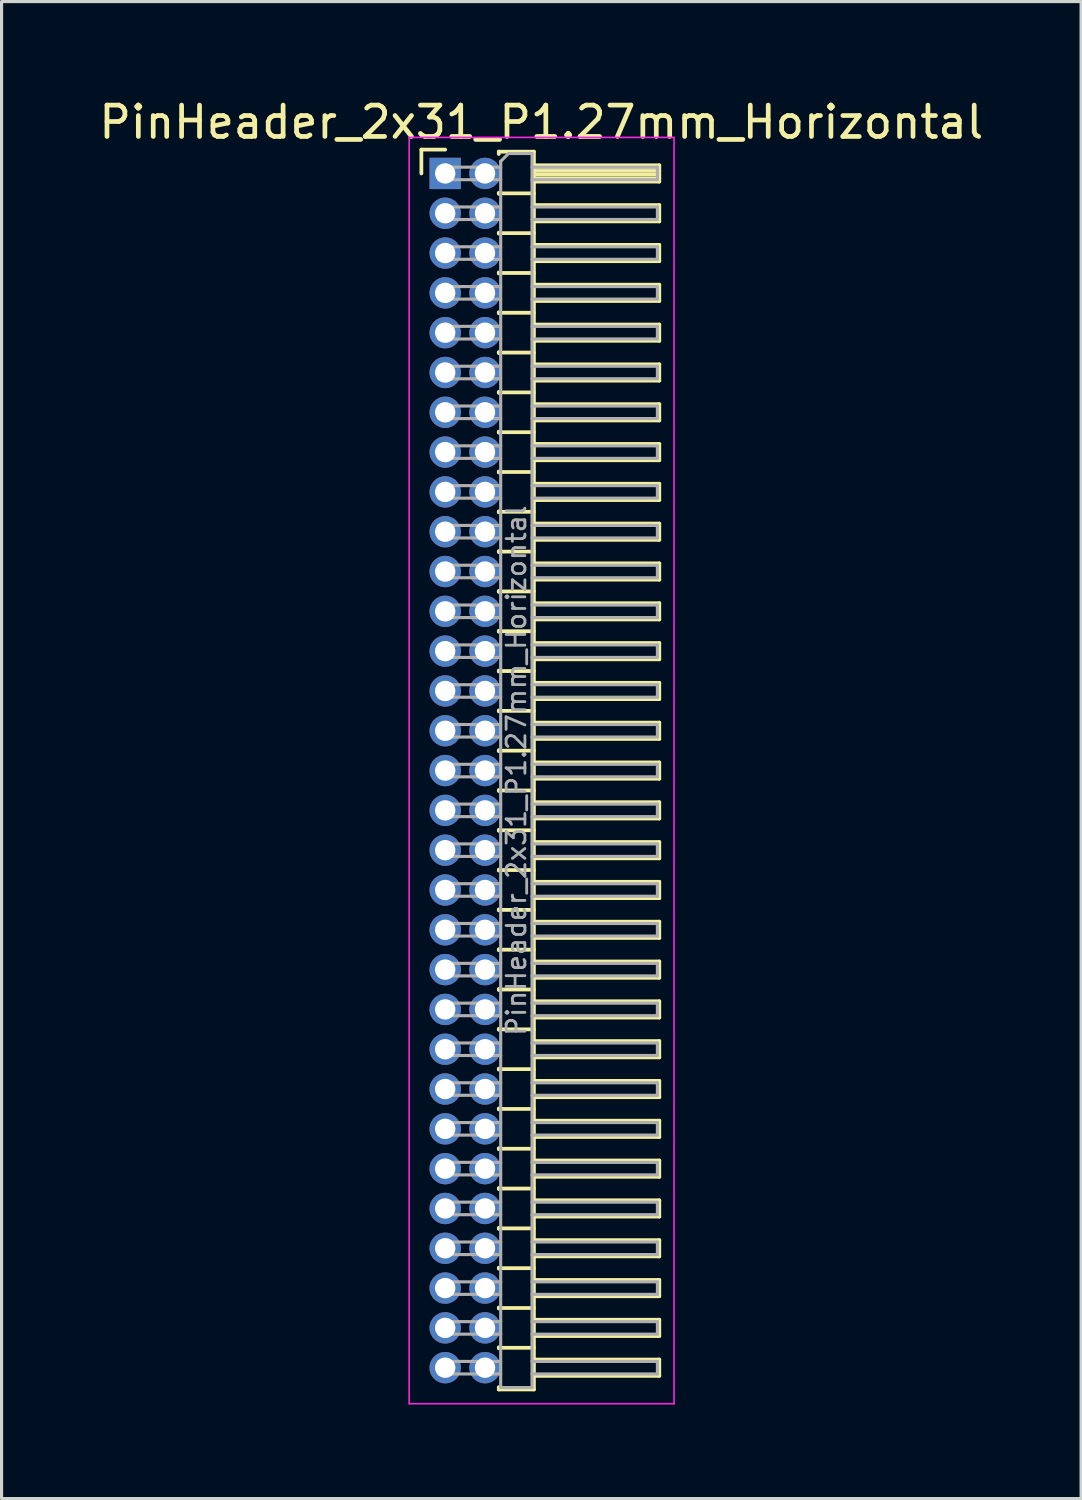
<source format=kicad_pcb>
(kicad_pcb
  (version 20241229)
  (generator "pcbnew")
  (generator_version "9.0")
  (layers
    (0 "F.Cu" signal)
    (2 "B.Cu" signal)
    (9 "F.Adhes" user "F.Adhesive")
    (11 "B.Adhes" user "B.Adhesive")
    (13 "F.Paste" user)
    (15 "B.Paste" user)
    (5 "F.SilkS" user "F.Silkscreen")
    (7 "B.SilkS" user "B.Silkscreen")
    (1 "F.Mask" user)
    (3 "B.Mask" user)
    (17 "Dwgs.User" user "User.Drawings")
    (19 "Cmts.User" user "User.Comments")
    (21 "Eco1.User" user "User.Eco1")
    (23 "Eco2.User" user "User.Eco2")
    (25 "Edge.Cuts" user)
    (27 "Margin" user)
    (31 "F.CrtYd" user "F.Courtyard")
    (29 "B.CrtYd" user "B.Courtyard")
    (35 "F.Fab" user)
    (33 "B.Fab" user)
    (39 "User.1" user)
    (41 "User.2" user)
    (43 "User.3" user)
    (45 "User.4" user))
  (footprint "PinHeader_2x31_P1.27mm_Horizontal"
    (layer "F.Cu")
    (at 11.153 2.483)
    (property "Reference" "PinHeader_2x31_P1.27mm_Horizontal" (at 3.067 -1.635 0) (layer "F.SilkS") (effects (font (size 1 1) (thickness 0.15))))
    (attr through_hole)
    (fp_line (start -0.76 -0.76) (end 0 -0.76) (stroke (width 0.12) (type solid)) (layer "F.SilkS"))
    (fp_line (start -0.76 0) (end -0.76 -0.76) (stroke (width 0.12) (type solid)) (layer "F.SilkS"))
    (fp_line (start 1.71 -0.695) (end 2.83 -0.695) (stroke (width 0.12) (type solid)) (layer "F.SilkS"))
    (fp_line (start 1.71 -0.62) (end 1.71 -0.695) (stroke (width 0.12) (type solid)) (layer "F.SilkS"))
    (fp_line (start 1.71 0.62) (end 1.71 0.65) (stroke (width 0.12) (type solid)) (layer "F.SilkS"))
    (fp_line (start 1.71 0.635) (end 2.83 0.635) (stroke (width 0.12) (type solid)) (layer "F.SilkS"))
    (fp_line (start 1.71 1.89) (end 1.71 1.92) (stroke (width 0.12) (type solid)) (layer "F.SilkS"))
    (fp_line (start 1.71 1.905) (end 2.83 1.905) (stroke (width 0.12) (type solid)) (layer "F.SilkS"))
    (fp_line (start 1.71 3.16) (end 1.71 3.19) (stroke (width 0.12) (type solid)) (layer "F.SilkS"))
    (fp_line (start 1.71 3.175) (end 2.83 3.175) (stroke (width 0.12) (type solid)) (layer "F.SilkS"))
    (fp_line (start 1.71 4.43) (end 1.71 4.46) (stroke (width 0.12) (type solid)) (layer "F.SilkS"))
    (fp_line (start 1.71 4.445) (end 2.83 4.445) (stroke (width 0.12) (type solid)) (layer "F.SilkS"))
    (fp_line (start 1.71 5.7) (end 1.71 5.73) (stroke (width 0.12) (type solid)) (layer "F.SilkS"))
    (fp_line (start 1.71 5.715) (end 2.83 5.715) (stroke (width 0.12) (type solid)) (layer "F.SilkS"))
    (fp_line (start 1.71 6.97) (end 1.71 7) (stroke (width 0.12) (type solid)) (layer "F.SilkS"))
    (fp_line (start 1.71 6.985) (end 2.83 6.985) (stroke (width 0.12) (type solid)) (layer "F.SilkS"))
    (fp_line (start 1.71 8.24) (end 1.71 8.27) (stroke (width 0.12) (type solid)) (layer "F.SilkS"))
    (fp_line (start 1.71 8.255) (end 2.83 8.255) (stroke (width 0.12) (type solid)) (layer "F.SilkS"))
    (fp_line (start 1.71 9.51) (end 1.71 9.54) (stroke (width 0.12) (type solid)) (layer "F.SilkS"))
    (fp_line (start 1.71 9.525) (end 2.83 9.525) (stroke (width 0.12) (type solid)) (layer "F.SilkS"))
    (fp_line (start 1.71 10.78) (end 1.71 10.81) (stroke (width 0.12) (type solid)) (layer "F.SilkS"))
    (fp_line (start 1.71 10.795) (end 2.83 10.795) (stroke (width 0.12) (type solid)) (layer "F.SilkS"))
    (fp_line (start 1.71 12.05) (end 1.71 12.08) (stroke (width 0.12) (type solid)) (layer "F.SilkS"))
    (fp_line (start 1.71 12.065) (end 2.83 12.065) (stroke (width 0.12) (type solid)) (layer "F.SilkS"))
    (fp_line (start 1.71 13.32) (end 1.71 13.35) (stroke (width 0.12) (type solid)) (layer "F.SilkS"))
    (fp_line (start 1.71 13.335) (end 2.83 13.335) (stroke (width 0.12) (type solid)) (layer "F.SilkS"))
    (fp_line (start 1.71 14.59) (end 1.71 14.62) (stroke (width 0.12) (type solid)) (layer "F.SilkS"))
    (fp_line (start 1.71 14.605) (end 2.83 14.605) (stroke (width 0.12) (type solid)) (layer "F.SilkS"))
    (fp_line (start 1.71 15.86) (end 1.71 15.89) (stroke (width 0.12) (type solid)) (layer "F.SilkS"))
    (fp_line (start 1.71 15.875) (end 2.83 15.875) (stroke (width 0.12) (type solid)) (layer "F.SilkS"))
    (fp_line (start 1.71 17.13) (end 1.71 17.16) (stroke (width 0.12) (type solid)) (layer "F.SilkS"))
    (fp_line (start 1.71 17.145) (end 2.83 17.145) (stroke (width 0.12) (type solid)) (layer "F.SilkS"))
    (fp_line (start 1.71 18.4) (end 1.71 18.43) (stroke (width 0.12) (type solid)) (layer "F.SilkS"))
    (fp_line (start 1.71 18.415) (end 2.83 18.415) (stroke (width 0.12) (type solid)) (layer "F.SilkS"))
    (fp_line (start 1.71 19.67) (end 1.71 19.7) (stroke (width 0.12) (type solid)) (layer "F.SilkS"))
    (fp_line (start 1.71 19.685) (end 2.83 19.685) (stroke (width 0.12) (type solid)) (layer "F.SilkS"))
    (fp_line (start 1.71 20.94) (end 1.71 20.97) (stroke (width 0.12) (type solid)) (layer "F.SilkS"))
    (fp_line (start 1.71 20.955) (end 2.83 20.955) (stroke (width 0.12) (type solid)) (layer "F.SilkS"))
    (fp_line (start 1.71 22.21) (end 1.71 22.24) (stroke (width 0.12) (type solid)) (layer "F.SilkS"))
    (fp_line (start 1.71 22.225) (end 2.83 22.225) (stroke (width 0.12) (type solid)) (layer "F.SilkS"))
    (fp_line (start 1.71 23.48) (end 1.71 23.51) (stroke (width 0.12) (type solid)) (layer "F.SilkS"))
    (fp_line (start 1.71 23.495) (end 2.83 23.495) (stroke (width 0.12) (type solid)) (layer "F.SilkS"))
    (fp_line (start 1.71 24.75) (end 1.71 24.78) (stroke (width 0.12) (type solid)) (layer "F.SilkS"))
    (fp_line (start 1.71 24.765) (end 2.83 24.765) (stroke (width 0.12) (type solid)) (layer "F.SilkS"))
    (fp_line (start 1.71 26.02) (end 1.71 26.05) (stroke (width 0.12) (type solid)) (layer "F.SilkS"))
    (fp_line (start 1.71 26.035) (end 2.83 26.035) (stroke (width 0.12) (type solid)) (layer "F.SilkS"))
    (fp_line (start 1.71 27.29) (end 1.71 27.32) (stroke (width 0.12) (type solid)) (layer "F.SilkS"))
    (fp_line (start 1.71 27.305) (end 2.83 27.305) (stroke (width 0.12) (type solid)) (layer "F.SilkS"))
    (fp_line (start 1.71 28.56) (end 1.71 28.59) (stroke (width 0.12) (type solid)) (layer "F.SilkS"))
    (fp_line (start 1.71 28.575) (end 2.83 28.575) (stroke (width 0.12) (type solid)) (layer "F.SilkS"))
    (fp_line (start 1.71 29.83) (end 1.71 29.86) (stroke (width 0.12) (type solid)) (layer "F.SilkS"))
    (fp_line (start 1.71 29.845) (end 2.83 29.845) (stroke (width 0.12) (type solid)) (layer "F.SilkS"))
    (fp_line (start 1.71 31.1) (end 1.71 31.13) (stroke (width 0.12) (type solid)) (layer "F.SilkS"))
    (fp_line (start 1.71 31.115) (end 2.83 31.115) (stroke (width 0.12) (type solid)) (layer "F.SilkS"))
    (fp_line (start 1.71 32.37) (end 1.71 32.4) (stroke (width 0.12) (type solid)) (layer "F.SilkS"))
    (fp_line (start 1.71 32.385) (end 2.83 32.385) (stroke (width 0.12) (type solid)) (layer "F.SilkS"))
    (fp_line (start 1.71 33.64) (end 1.71 33.67) (stroke (width 0.12) (type solid)) (layer "F.SilkS"))
    (fp_line (start 1.71 33.655) (end 2.83 33.655) (stroke (width 0.12) (type solid)) (layer "F.SilkS"))
    (fp_line (start 1.71 34.91) (end 1.71 34.94) (stroke (width 0.12) (type solid)) (layer "F.SilkS"))
    (fp_line (start 1.71 34.925) (end 2.83 34.925) (stroke (width 0.12) (type solid)) (layer "F.SilkS"))
    (fp_line (start 1.71 36.18) (end 1.71 36.21) (stroke (width 0.12) (type solid)) (layer "F.SilkS"))
    (fp_line (start 1.71 36.195) (end 2.83 36.195) (stroke (width 0.12) (type solid)) (layer "F.SilkS"))
    (fp_line (start 1.71 37.45) (end 1.71 37.48) (stroke (width 0.12) (type solid)) (layer "F.SilkS"))
    (fp_line (start 1.71 37.465) (end 2.83 37.465) (stroke (width 0.12) (type solid)) (layer "F.SilkS"))
    (fp_line (start 1.71 38.795) (end 1.71 38.72) (stroke (width 0.12) (type solid)) (layer "F.SilkS"))
    (fp_line (start 2.83 -0.695) (end 2.83 38.795) (stroke (width 0.12) (type solid)) (layer "F.SilkS"))
    (fp_line (start 2.83 -0.26) (end 6.83 -0.26) (stroke (width 0.12) (type solid)) (layer "F.SilkS"))
    (fp_line (start 2.83 -0.2) (end 6.83 -0.2) (stroke (width 0.12) (type solid)) (layer "F.SilkS"))
    (fp_line (start 2.83 -0.08) (end 6.83 -0.08) (stroke (width 0.12) (type solid)) (layer "F.SilkS"))
    (fp_line (start 2.83 0.04) (end 6.83 0.04) (stroke (width 0.12) (type solid)) (layer "F.SilkS"))
    (fp_line (start 2.83 0.16) (end 6.83 0.16) (stroke (width 0.12) (type solid)) (layer "F.SilkS"))
    (fp_line (start 2.83 1.01) (end 6.83 1.01) (stroke (width 0.12) (type solid)) (layer "F.SilkS"))
    (fp_line (start 2.83 2.28) (end 6.83 2.28) (stroke (width 0.12) (type solid)) (layer "F.SilkS"))
    (fp_line (start 2.83 3.55) (end 6.83 3.55) (stroke (width 0.12) (type solid)) (layer "F.SilkS"))
    (fp_line (start 2.83 4.82) (end 6.83 4.82) (stroke (width 0.12) (type solid)) (layer "F.SilkS"))
    (fp_line (start 2.83 6.09) (end 6.83 6.09) (stroke (width 0.12) (type solid)) (layer "F.SilkS"))
    (fp_line (start 2.83 7.36) (end 6.83 7.36) (stroke (width 0.12) (type solid)) (layer "F.SilkS"))
    (fp_line (start 2.83 8.63) (end 6.83 8.63) (stroke (width 0.12) (type solid)) (layer "F.SilkS"))
    (fp_line (start 2.83 9.9) (end 6.83 9.9) (stroke (width 0.12) (type solid)) (layer "F.SilkS"))
    (fp_line (start 2.83 11.17) (end 6.83 11.17) (stroke (width 0.12) (type solid)) (layer "F.SilkS"))
    (fp_line (start 2.83 12.44) (end 6.83 12.44) (stroke (width 0.12) (type solid)) (layer "F.SilkS"))
    (fp_line (start 2.83 13.71) (end 6.83 13.71) (stroke (width 0.12) (type solid)) (layer "F.SilkS"))
    (fp_line (start 2.83 14.98) (end 6.83 14.98) (stroke (width 0.12) (type solid)) (layer "F.SilkS"))
    (fp_line (start 2.83 16.25) (end 6.83 16.25) (stroke (width 0.12) (type solid)) (layer "F.SilkS"))
    (fp_line (start 2.83 17.52) (end 6.83 17.52) (stroke (width 0.12) (type solid)) (layer "F.SilkS"))
    (fp_line (start 2.83 18.79) (end 6.83 18.79) (stroke (width 0.12) (type solid)) (layer "F.SilkS"))
    (fp_line (start 2.83 20.06) (end 6.83 20.06) (stroke (width 0.12) (type solid)) (layer "F.SilkS"))
    (fp_line (start 2.83 21.33) (end 6.83 21.33) (stroke (width 0.12) (type solid)) (layer "F.SilkS"))
    (fp_line (start 2.83 22.6) (end 6.83 22.6) (stroke (width 0.12) (type solid)) (layer "F.SilkS"))
    (fp_line (start 2.83 23.87) (end 6.83 23.87) (stroke (width 0.12) (type solid)) (layer "F.SilkS"))
    (fp_line (start 2.83 25.14) (end 6.83 25.14) (stroke (width 0.12) (type solid)) (layer "F.SilkS"))
    (fp_line (start 2.83 26.41) (end 6.83 26.41) (stroke (width 0.12) (type solid)) (layer "F.SilkS"))
    (fp_line (start 2.83 27.68) (end 6.83 27.68) (stroke (width 0.12) (type solid)) (layer "F.SilkS"))
    (fp_line (start 2.83 28.95) (end 6.83 28.95) (stroke (width 0.12) (type solid)) (layer "F.SilkS"))
    (fp_line (start 2.83 30.22) (end 6.83 30.22) (stroke (width 0.12) (type solid)) (layer "F.SilkS"))
    (fp_line (start 2.83 31.49) (end 6.83 31.49) (stroke (width 0.12) (type solid)) (layer "F.SilkS"))
    (fp_line (start 2.83 32.76) (end 6.83 32.76) (stroke (width 0.12) (type solid)) (layer "F.SilkS"))
    (fp_line (start 2.83 34.03) (end 6.83 34.03) (stroke (width 0.12) (type solid)) (layer "F.SilkS"))
    (fp_line (start 2.83 35.3) (end 6.83 35.3) (stroke (width 0.12) (type solid)) (layer "F.SilkS"))
    (fp_line (start 2.83 36.57) (end 6.83 36.57) (stroke (width 0.12) (type solid)) (layer "F.SilkS"))
    (fp_line (start 2.83 37.84) (end 6.83 37.84) (stroke (width 0.12) (type solid)) (layer "F.SilkS"))
    (fp_line (start 2.83 38.795) (end 1.71 38.795) (stroke (width 0.12) (type solid)) (layer "F.SilkS"))
    (fp_line (start 6.83 -0.26) (end 6.83 0.26) (stroke (width 0.12) (type solid)) (layer "F.SilkS"))
    (fp_line (start 6.83 0.26) (end 2.83 0.26) (stroke (width 0.12) (type solid)) (layer "F.SilkS"))
    (fp_line (start 6.83 1.01) (end 6.83 1.53) (stroke (width 0.12) (type solid)) (layer "F.SilkS"))
    (fp_line (start 6.83 1.53) (end 2.83 1.53) (stroke (width 0.12) (type solid)) (layer "F.SilkS"))
    (fp_line (start 6.83 2.28) (end 6.83 2.8) (stroke (width 0.12) (type solid)) (layer "F.SilkS"))
    (fp_line (start 6.83 2.8) (end 2.83 2.8) (stroke (width 0.12) (type solid)) (layer "F.SilkS"))
    (fp_line (start 6.83 3.55) (end 6.83 4.07) (stroke (width 0.12) (type solid)) (layer "F.SilkS"))
    (fp_line (start 6.83 4.07) (end 2.83 4.07) (stroke (width 0.12) (type solid)) (layer "F.SilkS"))
    (fp_line (start 6.83 4.82) (end 6.83 5.34) (stroke (width 0.12) (type solid)) (layer "F.SilkS"))
    (fp_line (start 6.83 5.34) (end 2.83 5.34) (stroke (width 0.12) (type solid)) (layer "F.SilkS"))
    (fp_line (start 6.83 6.09) (end 6.83 6.61) (stroke (width 0.12) (type solid)) (layer "F.SilkS"))
    (fp_line (start 6.83 6.61) (end 2.83 6.61) (stroke (width 0.12) (type solid)) (layer "F.SilkS"))
    (fp_line (start 6.83 7.36) (end 6.83 7.88) (stroke (width 0.12) (type solid)) (layer "F.SilkS"))
    (fp_line (start 6.83 7.88) (end 2.83 7.88) (stroke (width 0.12) (type solid)) (layer "F.SilkS"))
    (fp_line (start 6.83 8.63) (end 6.83 9.15) (stroke (width 0.12) (type solid)) (layer "F.SilkS"))
    (fp_line (start 6.83 9.15) (end 2.83 9.15) (stroke (width 0.12) (type solid)) (layer "F.SilkS"))
    (fp_line (start 6.83 9.9) (end 6.83 10.42) (stroke (width 0.12) (type solid)) (layer "F.SilkS"))
    (fp_line (start 6.83 10.42) (end 2.83 10.42) (stroke (width 0.12) (type solid)) (layer "F.SilkS"))
    (fp_line (start 6.83 11.17) (end 6.83 11.69) (stroke (width 0.12) (type solid)) (layer "F.SilkS"))
    (fp_line (start 6.83 11.69) (end 2.83 11.69) (stroke (width 0.12) (type solid)) (layer "F.SilkS"))
    (fp_line (start 6.83 12.44) (end 6.83 12.96) (stroke (width 0.12) (type solid)) (layer "F.SilkS"))
    (fp_line (start 6.83 12.96) (end 2.83 12.96) (stroke (width 0.12) (type solid)) (layer "F.SilkS"))
    (fp_line (start 6.83 13.71) (end 6.83 14.23) (stroke (width 0.12) (type solid)) (layer "F.SilkS"))
    (fp_line (start 6.83 14.23) (end 2.83 14.23) (stroke (width 0.12) (type solid)) (layer "F.SilkS"))
    (fp_line (start 6.83 14.98) (end 6.83 15.5) (stroke (width 0.12) (type solid)) (layer "F.SilkS"))
    (fp_line (start 6.83 15.5) (end 2.83 15.5) (stroke (width 0.12) (type solid)) (layer "F.SilkS"))
    (fp_line (start 6.83 16.25) (end 6.83 16.77) (stroke (width 0.12) (type solid)) (layer "F.SilkS"))
    (fp_line (start 6.83 16.77) (end 2.83 16.77) (stroke (width 0.12) (type solid)) (layer "F.SilkS"))
    (fp_line (start 6.83 17.52) (end 6.83 18.04) (stroke (width 0.12) (type solid)) (layer "F.SilkS"))
    (fp_line (start 6.83 18.04) (end 2.83 18.04) (stroke (width 0.12) (type solid)) (layer "F.SilkS"))
    (fp_line (start 6.83 18.79) (end 6.83 19.31) (stroke (width 0.12) (type solid)) (layer "F.SilkS"))
    (fp_line (start 6.83 19.31) (end 2.83 19.31) (stroke (width 0.12) (type solid)) (layer "F.SilkS"))
    (fp_line (start 6.83 20.06) (end 6.83 20.58) (stroke (width 0.12) (type solid)) (layer "F.SilkS"))
    (fp_line (start 6.83 20.58) (end 2.83 20.58) (stroke (width 0.12) (type solid)) (layer "F.SilkS"))
    (fp_line (start 6.83 21.33) (end 6.83 21.85) (stroke (width 0.12) (type solid)) (layer "F.SilkS"))
    (fp_line (start 6.83 21.85) (end 2.83 21.85) (stroke (width 0.12) (type solid)) (layer "F.SilkS"))
    (fp_line (start 6.83 22.6) (end 6.83 23.12) (stroke (width 0.12) (type solid)) (layer "F.SilkS"))
    (fp_line (start 6.83 23.12) (end 2.83 23.12) (stroke (width 0.12) (type solid)) (layer "F.SilkS"))
    (fp_line (start 6.83 23.87) (end 6.83 24.39) (stroke (width 0.12) (type solid)) (layer "F.SilkS"))
    (fp_line (start 6.83 24.39) (end 2.83 24.39) (stroke (width 0.12) (type solid)) (layer "F.SilkS"))
    (fp_line (start 6.83 25.14) (end 6.83 25.66) (stroke (width 0.12) (type solid)) (layer "F.SilkS"))
    (fp_line (start 6.83 25.66) (end 2.83 25.66) (stroke (width 0.12) (type solid)) (layer "F.SilkS"))
    (fp_line (start 6.83 26.41) (end 6.83 26.93) (stroke (width 0.12) (type solid)) (layer "F.SilkS"))
    (fp_line (start 6.83 26.93) (end 2.83 26.93) (stroke (width 0.12) (type solid)) (layer "F.SilkS"))
    (fp_line (start 6.83 27.68) (end 6.83 28.2) (stroke (width 0.12) (type solid)) (layer "F.SilkS"))
    (fp_line (start 6.83 28.2) (end 2.83 28.2) (stroke (width 0.12) (type solid)) (layer "F.SilkS"))
    (fp_line (start 6.83 28.95) (end 6.83 29.47) (stroke (width 0.12) (type solid)) (layer "F.SilkS"))
    (fp_line (start 6.83 29.47) (end 2.83 29.47) (stroke (width 0.12) (type solid)) (layer "F.SilkS"))
    (fp_line (start 6.83 30.22) (end 6.83 30.74) (stroke (width 0.12) (type solid)) (layer "F.SilkS"))
    (fp_line (start 6.83 30.74) (end 2.83 30.74) (stroke (width 0.12) (type solid)) (layer "F.SilkS"))
    (fp_line (start 6.83 31.49) (end 6.83 32.01) (stroke (width 0.12) (type solid)) (layer "F.SilkS"))
    (fp_line (start 6.83 32.01) (end 2.83 32.01) (stroke (width 0.12) (type solid)) (layer "F.SilkS"))
    (fp_line (start 6.83 32.76) (end 6.83 33.28) (stroke (width 0.12) (type solid)) (layer "F.SilkS"))
    (fp_line (start 6.83 33.28) (end 2.83 33.28) (stroke (width 0.12) (type solid)) (layer "F.SilkS"))
    (fp_line (start 6.83 34.03) (end 6.83 34.55) (stroke (width 0.12) (type solid)) (layer "F.SilkS"))
    (fp_line (start 6.83 34.55) (end 2.83 34.55) (stroke (width 0.12) (type solid)) (layer "F.SilkS"))
    (fp_line (start 6.83 35.3) (end 6.83 35.82) (stroke (width 0.12) (type solid)) (layer "F.SilkS"))
    (fp_line (start 6.83 35.82) (end 2.83 35.82) (stroke (width 0.12) (type solid)) (layer "F.SilkS"))
    (fp_line (start 6.83 36.57) (end 6.83 37.09) (stroke (width 0.12) (type solid)) (layer "F.SilkS"))
    (fp_line (start 6.83 37.09) (end 2.83 37.09) (stroke (width 0.12) (type solid)) (layer "F.SilkS"))
    (fp_line (start 6.83 37.84) (end 6.83 38.36) (stroke (width 0.12) (type solid)) (layer "F.SilkS"))
    (fp_line (start 6.83 38.36) (end 2.83 38.36) (stroke (width 0.12) (type solid)) (layer "F.SilkS"))
    (fp_line (start -1.15 -1.15) (end -1.15 39.25) (stroke (width 0.05) (type solid)) (layer "F.CrtYd"))
    (fp_line (start -1.15 39.25) (end 7.3 39.25) (stroke (width 0.05) (type solid)) (layer "F.CrtYd"))
    (fp_line (start 7.3 -1.15) (end -1.15 -1.15) (stroke (width 0.05) (type solid)) (layer "F.CrtYd"))
    (fp_line (start 7.3 39.25) (end 7.3 -1.15) (stroke (width 0.05) (type solid)) (layer "F.CrtYd"))
    (fp_line (start -0.2 -0.2) (end -0.2 0.2) (stroke (width 0.1) (type solid)) (layer "F.Fab"))
    (fp_line (start -0.2 -0.2) (end 1.77 -0.2) (stroke (width 0.1) (type solid)) (layer "F.Fab"))
    (fp_line (start -0.2 0.2) (end 1.77 0.2) (stroke (width 0.1) (type solid)) (layer "F.Fab"))
    (fp_line (start -0.2 1.07) (end -0.2 1.47) (stroke (width 0.1) (type solid)) (layer "F.Fab"))
    (fp_line (start -0.2 1.07) (end 1.77 1.07) (stroke (width 0.1) (type solid)) (layer "F.Fab"))
    (fp_line (start -0.2 1.47) (end 1.77 1.47) (stroke (width 0.1) (type solid)) (layer "F.Fab"))
    (fp_line (start -0.2 2.34) (end -0.2 2.74) (stroke (width 0.1) (type solid)) (layer "F.Fab"))
    (fp_line (start -0.2 2.34) (end 1.77 2.34) (stroke (width 0.1) (type solid)) (layer "F.Fab"))
    (fp_line (start -0.2 2.74) (end 1.77 2.74) (stroke (width 0.1) (type solid)) (layer "F.Fab"))
    (fp_line (start -0.2 3.61) (end -0.2 4.01) (stroke (width 0.1) (type solid)) (layer "F.Fab"))
    (fp_line (start -0.2 3.61) (end 1.77 3.61) (stroke (width 0.1) (type solid)) (layer "F.Fab"))
    (fp_line (start -0.2 4.01) (end 1.77 4.01) (stroke (width 0.1) (type solid)) (layer "F.Fab"))
    (fp_line (start -0.2 4.88) (end -0.2 5.28) (stroke (width 0.1) (type solid)) (layer "F.Fab"))
    (fp_line (start -0.2 4.88) (end 1.77 4.88) (stroke (width 0.1) (type solid)) (layer "F.Fab"))
    (fp_line (start -0.2 5.28) (end 1.77 5.28) (stroke (width 0.1) (type solid)) (layer "F.Fab"))
    (fp_line (start -0.2 6.15) (end -0.2 6.55) (stroke (width 0.1) (type solid)) (layer "F.Fab"))
    (fp_line (start -0.2 6.15) (end 1.77 6.15) (stroke (width 0.1) (type solid)) (layer "F.Fab"))
    (fp_line (start -0.2 6.55) (end 1.77 6.55) (stroke (width 0.1) (type solid)) (layer "F.Fab"))
    (fp_line (start -0.2 7.42) (end -0.2 7.82) (stroke (width 0.1) (type solid)) (layer "F.Fab"))
    (fp_line (start -0.2 7.42) (end 1.77 7.42) (stroke (width 0.1) (type solid)) (layer "F.Fab"))
    (fp_line (start -0.2 7.82) (end 1.77 7.82) (stroke (width 0.1) (type solid)) (layer "F.Fab"))
    (fp_line (start -0.2 8.69) (end -0.2 9.09) (stroke (width 0.1) (type solid)) (layer "F.Fab"))
    (fp_line (start -0.2 8.69) (end 1.77 8.69) (stroke (width 0.1) (type solid)) (layer "F.Fab"))
    (fp_line (start -0.2 9.09) (end 1.77 9.09) (stroke (width 0.1) (type solid)) (layer "F.Fab"))
    (fp_line (start -0.2 9.96) (end -0.2 10.36) (stroke (width 0.1) (type solid)) (layer "F.Fab"))
    (fp_line (start -0.2 9.96) (end 1.77 9.96) (stroke (width 0.1) (type solid)) (layer "F.Fab"))
    (fp_line (start -0.2 10.36) (end 1.77 10.36) (stroke (width 0.1) (type solid)) (layer "F.Fab"))
    (fp_line (start -0.2 11.23) (end -0.2 11.63) (stroke (width 0.1) (type solid)) (layer "F.Fab"))
    (fp_line (start -0.2 11.23) (end 1.77 11.23) (stroke (width 0.1) (type solid)) (layer "F.Fab"))
    (fp_line (start -0.2 11.63) (end 1.77 11.63) (stroke (width 0.1) (type solid)) (layer "F.Fab"))
    (fp_line (start -0.2 12.5) (end -0.2 12.9) (stroke (width 0.1) (type solid)) (layer "F.Fab"))
    (fp_line (start -0.2 12.5) (end 1.77 12.5) (stroke (width 0.1) (type solid)) (layer "F.Fab"))
    (fp_line (start -0.2 12.9) (end 1.77 12.9) (stroke (width 0.1) (type solid)) (layer "F.Fab"))
    (fp_line (start -0.2 13.77) (end -0.2 14.17) (stroke (width 0.1) (type solid)) (layer "F.Fab"))
    (fp_line (start -0.2 13.77) (end 1.77 13.77) (stroke (width 0.1) (type solid)) (layer "F.Fab"))
    (fp_line (start -0.2 14.17) (end 1.77 14.17) (stroke (width 0.1) (type solid)) (layer "F.Fab"))
    (fp_line (start -0.2 15.04) (end -0.2 15.44) (stroke (width 0.1) (type solid)) (layer "F.Fab"))
    (fp_line (start -0.2 15.04) (end 1.77 15.04) (stroke (width 0.1) (type solid)) (layer "F.Fab"))
    (fp_line (start -0.2 15.44) (end 1.77 15.44) (stroke (width 0.1) (type solid)) (layer "F.Fab"))
    (fp_line (start -0.2 16.31) (end -0.2 16.71) (stroke (width 0.1) (type solid)) (layer "F.Fab"))
    (fp_line (start -0.2 16.31) (end 1.77 16.31) (stroke (width 0.1) (type solid)) (layer "F.Fab"))
    (fp_line (start -0.2 16.71) (end 1.77 16.71) (stroke (width 0.1) (type solid)) (layer "F.Fab"))
    (fp_line (start -0.2 17.58) (end -0.2 17.98) (stroke (width 0.1) (type solid)) (layer "F.Fab"))
    (fp_line (start -0.2 17.58) (end 1.77 17.58) (stroke (width 0.1) (type solid)) (layer "F.Fab"))
    (fp_line (start -0.2 17.98) (end 1.77 17.98) (stroke (width 0.1) (type solid)) (layer "F.Fab"))
    (fp_line (start -0.2 18.85) (end -0.2 19.25) (stroke (width 0.1) (type solid)) (layer "F.Fab"))
    (fp_line (start -0.2 18.85) (end 1.77 18.85) (stroke (width 0.1) (type solid)) (layer "F.Fab"))
    (fp_line (start -0.2 19.25) (end 1.77 19.25) (stroke (width 0.1) (type solid)) (layer "F.Fab"))
    (fp_line (start -0.2 20.12) (end -0.2 20.52) (stroke (width 0.1) (type solid)) (layer "F.Fab"))
    (fp_line (start -0.2 20.12) (end 1.77 20.12) (stroke (width 0.1) (type solid)) (layer "F.Fab"))
    (fp_line (start -0.2 20.52) (end 1.77 20.52) (stroke (width 0.1) (type solid)) (layer "F.Fab"))
    (fp_line (start -0.2 21.39) (end -0.2 21.79) (stroke (width 0.1) (type solid)) (layer "F.Fab"))
    (fp_line (start -0.2 21.39) (end 1.77 21.39) (stroke (width 0.1) (type solid)) (layer "F.Fab"))
    (fp_line (start -0.2 21.79) (end 1.77 21.79) (stroke (width 0.1) (type solid)) (layer "F.Fab"))
    (fp_line (start -0.2 22.66) (end -0.2 23.06) (stroke (width 0.1) (type solid)) (layer "F.Fab"))
    (fp_line (start -0.2 22.66) (end 1.77 22.66) (stroke (width 0.1) (type solid)) (layer "F.Fab"))
    (fp_line (start -0.2 23.06) (end 1.77 23.06) (stroke (width 0.1) (type solid)) (layer "F.Fab"))
    (fp_line (start -0.2 23.93) (end -0.2 24.33) (stroke (width 0.1) (type solid)) (layer "F.Fab"))
    (fp_line (start -0.2 23.93) (end 1.77 23.93) (stroke (width 0.1) (type solid)) (layer "F.Fab"))
    (fp_line (start -0.2 24.33) (end 1.77 24.33) (stroke (width 0.1) (type solid)) (layer "F.Fab"))
    (fp_line (start -0.2 25.2) (end -0.2 25.6) (stroke (width 0.1) (type solid)) (layer "F.Fab"))
    (fp_line (start -0.2 25.2) (end 1.77 25.2) (stroke (width 0.1) (type solid)) (layer "F.Fab"))
    (fp_line (start -0.2 25.6) (end 1.77 25.6) (stroke (width 0.1) (type solid)) (layer "F.Fab"))
    (fp_line (start -0.2 26.47) (end -0.2 26.87) (stroke (width 0.1) (type solid)) (layer "F.Fab"))
    (fp_line (start -0.2 26.47) (end 1.77 26.47) (stroke (width 0.1) (type solid)) (layer "F.Fab"))
    (fp_line (start -0.2 26.87) (end 1.77 26.87) (stroke (width 0.1) (type solid)) (layer "F.Fab"))
    (fp_line (start -0.2 27.74) (end -0.2 28.14) (stroke (width 0.1) (type solid)) (layer "F.Fab"))
    (fp_line (start -0.2 27.74) (end 1.77 27.74) (stroke (width 0.1) (type solid)) (layer "F.Fab"))
    (fp_line (start -0.2 28.14) (end 1.77 28.14) (stroke (width 0.1) (type solid)) (layer "F.Fab"))
    (fp_line (start -0.2 29.01) (end -0.2 29.41) (stroke (width 0.1) (type solid)) (layer "F.Fab"))
    (fp_line (start -0.2 29.01) (end 1.77 29.01) (stroke (width 0.1) (type solid)) (layer "F.Fab"))
    (fp_line (start -0.2 29.41) (end 1.77 29.41) (stroke (width 0.1) (type solid)) (layer "F.Fab"))
    (fp_line (start -0.2 30.28) (end -0.2 30.68) (stroke (width 0.1) (type solid)) (layer "F.Fab"))
    (fp_line (start -0.2 30.28) (end 1.77 30.28) (stroke (width 0.1) (type solid)) (layer "F.Fab"))
    (fp_line (start -0.2 30.68) (end 1.77 30.68) (stroke (width 0.1) (type solid)) (layer "F.Fab"))
    (fp_line (start -0.2 31.55) (end -0.2 31.95) (stroke (width 0.1) (type solid)) (layer "F.Fab"))
    (fp_line (start -0.2 31.55) (end 1.77 31.55) (stroke (width 0.1) (type solid)) (layer "F.Fab"))
    (fp_line (start -0.2 31.95) (end 1.77 31.95) (stroke (width 0.1) (type solid)) (layer "F.Fab"))
    (fp_line (start -0.2 32.82) (end -0.2 33.22) (stroke (width 0.1) (type solid)) (layer "F.Fab"))
    (fp_line (start -0.2 32.82) (end 1.77 32.82) (stroke (width 0.1) (type solid)) (layer "F.Fab"))
    (fp_line (start -0.2 33.22) (end 1.77 33.22) (stroke (width 0.1) (type solid)) (layer "F.Fab"))
    (fp_line (start -0.2 34.09) (end -0.2 34.49) (stroke (width 0.1) (type solid)) (layer "F.Fab"))
    (fp_line (start -0.2 34.09) (end 1.77 34.09) (stroke (width 0.1) (type solid)) (layer "F.Fab"))
    (fp_line (start -0.2 34.49) (end 1.77 34.49) (stroke (width 0.1) (type solid)) (layer "F.Fab"))
    (fp_line (start -0.2 35.36) (end -0.2 35.76) (stroke (width 0.1) (type solid)) (layer "F.Fab"))
    (fp_line (start -0.2 35.36) (end 1.77 35.36) (stroke (width 0.1) (type solid)) (layer "F.Fab"))
    (fp_line (start -0.2 35.76) (end 1.77 35.76) (stroke (width 0.1) (type solid)) (layer "F.Fab"))
    (fp_line (start -0.2 36.63) (end -0.2 37.03) (stroke (width 0.1) (type solid)) (layer "F.Fab"))
    (fp_line (start -0.2 36.63) (end 1.77 36.63) (stroke (width 0.1) (type solid)) (layer "F.Fab"))
    (fp_line (start -0.2 37.03) (end 1.77 37.03) (stroke (width 0.1) (type solid)) (layer "F.Fab"))
    (fp_line (start -0.2 37.9) (end -0.2 38.3) (stroke (width 0.1) (type solid)) (layer "F.Fab"))
    (fp_line (start -0.2 37.9) (end 1.77 37.9) (stroke (width 0.1) (type solid)) (layer "F.Fab"))
    (fp_line (start -0.2 38.3) (end 1.77 38.3) (stroke (width 0.1) (type solid)) (layer "F.Fab"))
    (fp_line (start 1.77 -0.385) (end 2.02 -0.635) (stroke (width 0.1) (type solid)) (layer "F.Fab"))
    (fp_line (start 1.77 38.735) (end 1.77 -0.385) (stroke (width 0.1) (type solid)) (layer "F.Fab"))
    (fp_line (start 2.02 -0.635) (end 2.77 -0.635) (stroke (width 0.1) (type solid)) (layer "F.Fab"))
    (fp_line (start 2.77 -0.635) (end 2.77 38.735) (stroke (width 0.1) (type solid)) (layer "F.Fab"))
    (fp_line (start 2.77 -0.2) (end 6.77 -0.2) (stroke (width 0.1) (type solid)) (layer "F.Fab"))
    (fp_line (start 2.77 0.2) (end 6.77 0.2) (stroke (width 0.1) (type solid)) (layer "F.Fab"))
    (fp_line (start 2.77 1.07) (end 6.77 1.07) (stroke (width 0.1) (type solid)) (layer "F.Fab"))
    (fp_line (start 2.77 1.47) (end 6.77 1.47) (stroke (width 0.1) (type solid)) (layer "F.Fab"))
    (fp_line (start 2.77 2.34) (end 6.77 2.34) (stroke (width 0.1) (type solid)) (layer "F.Fab"))
    (fp_line (start 2.77 2.74) (end 6.77 2.74) (stroke (width 0.1) (type solid)) (layer "F.Fab"))
    (fp_line (start 2.77 3.61) (end 6.77 3.61) (stroke (width 0.1) (type solid)) (layer "F.Fab"))
    (fp_line (start 2.77 4.01) (end 6.77 4.01) (stroke (width 0.1) (type solid)) (layer "F.Fab"))
    (fp_line (start 2.77 4.88) (end 6.77 4.88) (stroke (width 0.1) (type solid)) (layer "F.Fab"))
    (fp_line (start 2.77 5.28) (end 6.77 5.28) (stroke (width 0.1) (type solid)) (layer "F.Fab"))
    (fp_line (start 2.77 6.15) (end 6.77 6.15) (stroke (width 0.1) (type solid)) (layer "F.Fab"))
    (fp_line (start 2.77 6.55) (end 6.77 6.55) (stroke (width 0.1) (type solid)) (layer "F.Fab"))
    (fp_line (start 2.77 7.42) (end 6.77 7.42) (stroke (width 0.1) (type solid)) (layer "F.Fab"))
    (fp_line (start 2.77 7.82) (end 6.77 7.82) (stroke (width 0.1) (type solid)) (layer "F.Fab"))
    (fp_line (start 2.77 8.69) (end 6.77 8.69) (stroke (width 0.1) (type solid)) (layer "F.Fab"))
    (fp_line (start 2.77 9.09) (end 6.77 9.09) (stroke (width 0.1) (type solid)) (layer "F.Fab"))
    (fp_line (start 2.77 9.96) (end 6.77 9.96) (stroke (width 0.1) (type solid)) (layer "F.Fab"))
    (fp_line (start 2.77 10.36) (end 6.77 10.36) (stroke (width 0.1) (type solid)) (layer "F.Fab"))
    (fp_line (start 2.77 11.23) (end 6.77 11.23) (stroke (width 0.1) (type solid)) (layer "F.Fab"))
    (fp_line (start 2.77 11.63) (end 6.77 11.63) (stroke (width 0.1) (type solid)) (layer "F.Fab"))
    (fp_line (start 2.77 12.5) (end 6.77 12.5) (stroke (width 0.1) (type solid)) (layer "F.Fab"))
    (fp_line (start 2.77 12.9) (end 6.77 12.9) (stroke (width 0.1) (type solid)) (layer "F.Fab"))
    (fp_line (start 2.77 13.77) (end 6.77 13.77) (stroke (width 0.1) (type solid)) (layer "F.Fab"))
    (fp_line (start 2.77 14.17) (end 6.77 14.17) (stroke (width 0.1) (type solid)) (layer "F.Fab"))
    (fp_line (start 2.77 15.04) (end 6.77 15.04) (stroke (width 0.1) (type solid)) (layer "F.Fab"))
    (fp_line (start 2.77 15.44) (end 6.77 15.44) (stroke (width 0.1) (type solid)) (layer "F.Fab"))
    (fp_line (start 2.77 16.31) (end 6.77 16.31) (stroke (width 0.1) (type solid)) (layer "F.Fab"))
    (fp_line (start 2.77 16.71) (end 6.77 16.71) (stroke (width 0.1) (type solid)) (layer "F.Fab"))
    (fp_line (start 2.77 17.58) (end 6.77 17.58) (stroke (width 0.1) (type solid)) (layer "F.Fab"))
    (fp_line (start 2.77 17.98) (end 6.77 17.98) (stroke (width 0.1) (type solid)) (layer "F.Fab"))
    (fp_line (start 2.77 18.85) (end 6.77 18.85) (stroke (width 0.1) (type solid)) (layer "F.Fab"))
    (fp_line (start 2.77 19.25) (end 6.77 19.25) (stroke (width 0.1) (type solid)) (layer "F.Fab"))
    (fp_line (start 2.77 20.12) (end 6.77 20.12) (stroke (width 0.1) (type solid)) (layer "F.Fab"))
    (fp_line (start 2.77 20.52) (end 6.77 20.52) (stroke (width 0.1) (type solid)) (layer "F.Fab"))
    (fp_line (start 2.77 21.39) (end 6.77 21.39) (stroke (width 0.1) (type solid)) (layer "F.Fab"))
    (fp_line (start 2.77 21.79) (end 6.77 21.79) (stroke (width 0.1) (type solid)) (layer "F.Fab"))
    (fp_line (start 2.77 22.66) (end 6.77 22.66) (stroke (width 0.1) (type solid)) (layer "F.Fab"))
    (fp_line (start 2.77 23.06) (end 6.77 23.06) (stroke (width 0.1) (type solid)) (layer "F.Fab"))
    (fp_line (start 2.77 23.93) (end 6.77 23.93) (stroke (width 0.1) (type solid)) (layer "F.Fab"))
    (fp_line (start 2.77 24.33) (end 6.77 24.33) (stroke (width 0.1) (type solid)) (layer "F.Fab"))
    (fp_line (start 2.77 25.2) (end 6.77 25.2) (stroke (width 0.1) (type solid)) (layer "F.Fab"))
    (fp_line (start 2.77 25.6) (end 6.77 25.6) (stroke (width 0.1) (type solid)) (layer "F.Fab"))
    (fp_line (start 2.77 26.47) (end 6.77 26.47) (stroke (width 0.1) (type solid)) (layer "F.Fab"))
    (fp_line (start 2.77 26.87) (end 6.77 26.87) (stroke (width 0.1) (type solid)) (layer "F.Fab"))
    (fp_line (start 2.77 27.74) (end 6.77 27.74) (stroke (width 0.1) (type solid)) (layer "F.Fab"))
    (fp_line (start 2.77 28.14) (end 6.77 28.14) (stroke (width 0.1) (type solid)) (layer "F.Fab"))
    (fp_line (start 2.77 29.01) (end 6.77 29.01) (stroke (width 0.1) (type solid)) (layer "F.Fab"))
    (fp_line (start 2.77 29.41) (end 6.77 29.41) (stroke (width 0.1) (type solid)) (layer "F.Fab"))
    (fp_line (start 2.77 30.28) (end 6.77 30.28) (stroke (width 0.1) (type solid)) (layer "F.Fab"))
    (fp_line (start 2.77 30.68) (end 6.77 30.68) (stroke (width 0.1) (type solid)) (layer "F.Fab"))
    (fp_line (start 2.77 31.55) (end 6.77 31.55) (stroke (width 0.1) (type solid)) (layer "F.Fab"))
    (fp_line (start 2.77 31.95) (end 6.77 31.95) (stroke (width 0.1) (type solid)) (layer "F.Fab"))
    (fp_line (start 2.77 32.82) (end 6.77 32.82) (stroke (width 0.1) (type solid)) (layer "F.Fab"))
    (fp_line (start 2.77 33.22) (end 6.77 33.22) (stroke (width 0.1) (type solid)) (layer "F.Fab"))
    (fp_line (start 2.77 34.09) (end 6.77 34.09) (stroke (width 0.1) (type solid)) (layer "F.Fab"))
    (fp_line (start 2.77 34.49) (end 6.77 34.49) (stroke (width 0.1) (type solid)) (layer "F.Fab"))
    (fp_line (start 2.77 35.36) (end 6.77 35.36) (stroke (width 0.1) (type solid)) (layer "F.Fab"))
    (fp_line (start 2.77 35.76) (end 6.77 35.76) (stroke (width 0.1) (type solid)) (layer "F.Fab"))
    (fp_line (start 2.77 36.63) (end 6.77 36.63) (stroke (width 0.1) (type solid)) (layer "F.Fab"))
    (fp_line (start 2.77 37.03) (end 6.77 37.03) (stroke (width 0.1) (type solid)) (layer "F.Fab"))
    (fp_line (start 2.77 37.9) (end 6.77 37.9) (stroke (width 0.1) (type solid)) (layer "F.Fab"))
    (fp_line (start 2.77 38.3) (end 6.77 38.3) (stroke (width 0.1) (type solid)) (layer "F.Fab"))
    (fp_line (start 2.77 38.735) (end 1.77 38.735) (stroke (width 0.1) (type solid)) (layer "F.Fab"))
    (fp_line (start 6.77 -0.2) (end 6.77 0.2) (stroke (width 0.1) (type solid)) (layer "F.Fab"))
    (fp_line (start 6.77 1.07) (end 6.77 1.47) (stroke (width 0.1) (type solid)) (layer "F.Fab"))
    (fp_line (start 6.77 2.34) (end 6.77 2.74) (stroke (width 0.1) (type solid)) (layer "F.Fab"))
    (fp_line (start 6.77 3.61) (end 6.77 4.01) (stroke (width 0.1) (type solid)) (layer "F.Fab"))
    (fp_line (start 6.77 4.88) (end 6.77 5.28) (stroke (width 0.1) (type solid)) (layer "F.Fab"))
    (fp_line (start 6.77 6.15) (end 6.77 6.55) (stroke (width 0.1) (type solid)) (layer "F.Fab"))
    (fp_line (start 6.77 7.42) (end 6.77 7.82) (stroke (width 0.1) (type solid)) (layer "F.Fab"))
    (fp_line (start 6.77 8.69) (end 6.77 9.09) (stroke (width 0.1) (type solid)) (layer "F.Fab"))
    (fp_line (start 6.77 9.96) (end 6.77 10.36) (stroke (width 0.1) (type solid)) (layer "F.Fab"))
    (fp_line (start 6.77 11.23) (end 6.77 11.63) (stroke (width 0.1) (type solid)) (layer "F.Fab"))
    (fp_line (start 6.77 12.5) (end 6.77 12.9) (stroke (width 0.1) (type solid)) (layer "F.Fab"))
    (fp_line (start 6.77 13.77) (end 6.77 14.17) (stroke (width 0.1) (type solid)) (layer "F.Fab"))
    (fp_line (start 6.77 15.04) (end 6.77 15.44) (stroke (width 0.1) (type solid)) (layer "F.Fab"))
    (fp_line (start 6.77 16.31) (end 6.77 16.71) (stroke (width 0.1) (type solid)) (layer "F.Fab"))
    (fp_line (start 6.77 17.58) (end 6.77 17.98) (stroke (width 0.1) (type solid)) (layer "F.Fab"))
    (fp_line (start 6.77 18.85) (end 6.77 19.25) (stroke (width 0.1) (type solid)) (layer "F.Fab"))
    (fp_line (start 6.77 20.12) (end 6.77 20.52) (stroke (width 0.1) (type solid)) (layer "F.Fab"))
    (fp_line (start 6.77 21.39) (end 6.77 21.79) (stroke (width 0.1) (type solid)) (layer "F.Fab"))
    (fp_line (start 6.77 22.66) (end 6.77 23.06) (stroke (width 0.1) (type solid)) (layer "F.Fab"))
    (fp_line (start 6.77 23.93) (end 6.77 24.33) (stroke (width 0.1) (type solid)) (layer "F.Fab"))
    (fp_line (start 6.77 25.2) (end 6.77 25.6) (stroke (width 0.1) (type solid)) (layer "F.Fab"))
    (fp_line (start 6.77 26.47) (end 6.77 26.87) (stroke (width 0.1) (type solid)) (layer "F.Fab"))
    (fp_line (start 6.77 27.74) (end 6.77 28.14) (stroke (width 0.1) (type solid)) (layer "F.Fab"))
    (fp_line (start 6.77 29.01) (end 6.77 29.41) (stroke (width 0.1) (type solid)) (layer "F.Fab"))
    (fp_line (start 6.77 30.28) (end 6.77 30.68) (stroke (width 0.1) (type solid)) (layer "F.Fab"))
    (fp_line (start 6.77 31.55) (end 6.77 31.95) (stroke (width 0.1) (type solid)) (layer "F.Fab"))
    (fp_line (start 6.77 32.82) (end 6.77 33.22) (stroke (width 0.1) (type solid)) (layer "F.Fab"))
    (fp_line (start 6.77 34.09) (end 6.77 34.49) (stroke (width 0.1) (type solid)) (layer "F.Fab"))
    (fp_line (start 6.77 35.36) (end 6.77 35.76) (stroke (width 0.1) (type solid)) (layer "F.Fab"))
    (fp_line (start 6.77 36.63) (end 6.77 37.03) (stroke (width 0.1) (type solid)) (layer "F.Fab"))
    (fp_line (start 6.77 37.9) (end 6.77 38.3) (stroke (width 0.1) (type solid)) (layer "F.Fab"))
    (fp_text user "${REFERENCE}" (at 2.27 19.05 90) (layer "F.Fab") (effects (font (size 0.6 0.6) (thickness 0.09))))
    (pad "1" thru_hole rect (at 0 0) (size 1 1) (drill 0.65) (layers "*.Cu" "*.Mask"))
    (pad "2" thru_hole oval (at 1.27 0) (size 1 1) (drill 0.65) (layers "*.Cu" "*.Mask"))
    (pad "3" thru_hole oval (at 0 1.27) (size 1 1) (drill 0.65) (layers "*.Cu" "*.Mask"))
    (pad "4" thru_hole oval (at 1.27 1.27) (size 1 1) (drill 0.65) (layers "*.Cu" "*.Mask"))
    (pad "5" thru_hole oval (at 0 2.54) (size 1 1) (drill 0.65) (layers "*.Cu" "*.Mask"))
    (pad "6" thru_hole oval (at 1.27 2.54) (size 1 1) (drill 0.65) (layers "*.Cu" "*.Mask"))
    (pad "7" thru_hole oval (at 0 3.81) (size 1 1) (drill 0.65) (layers "*.Cu" "*.Mask"))
    (pad "8" thru_hole oval (at 1.27 3.81) (size 1 1) (drill 0.65) (layers "*.Cu" "*.Mask"))
    (pad "9" thru_hole oval (at 0 5.08) (size 1 1) (drill 0.65) (layers "*.Cu" "*.Mask"))
    (pad "10" thru_hole oval (at 1.27 5.08) (size 1 1) (drill 0.65) (layers "*.Cu" "*.Mask"))
    (pad "11" thru_hole oval (at 0 6.35) (size 1 1) (drill 0.65) (layers "*.Cu" "*.Mask"))
    (pad "12" thru_hole oval (at 1.27 6.35) (size 1 1) (drill 0.65) (layers "*.Cu" "*.Mask"))
    (pad "13" thru_hole oval (at 0 7.62) (size 1 1) (drill 0.65) (layers "*.Cu" "*.Mask"))
    (pad "14" thru_hole oval (at 1.27 7.62) (size 1 1) (drill 0.65) (layers "*.Cu" "*.Mask"))
    (pad "15" thru_hole oval (at 0 8.89) (size 1 1) (drill 0.65) (layers "*.Cu" "*.Mask"))
    (pad "16" thru_hole oval (at 1.27 8.89) (size 1 1) (drill 0.65) (layers "*.Cu" "*.Mask"))
    (pad "17" thru_hole oval (at 0 10.16) (size 1 1) (drill 0.65) (layers "*.Cu" "*.Mask"))
    (pad "18" thru_hole oval (at 1.27 10.16) (size 1 1) (drill 0.65) (layers "*.Cu" "*.Mask"))
    (pad "19" thru_hole oval (at 0 11.43) (size 1 1) (drill 0.65) (layers "*.Cu" "*.Mask"))
    (pad "20" thru_hole oval (at 1.27 11.43) (size 1 1) (drill 0.65) (layers "*.Cu" "*.Mask"))
    (pad "21" thru_hole oval (at 0 12.7) (size 1 1) (drill 0.65) (layers "*.Cu" "*.Mask"))
    (pad "22" thru_hole oval (at 1.27 12.7) (size 1 1) (drill 0.65) (layers "*.Cu" "*.Mask"))
    (pad "23" thru_hole oval (at 0 13.97) (size 1 1) (drill 0.65) (layers "*.Cu" "*.Mask"))
    (pad "24" thru_hole oval (at 1.27 13.97) (size 1 1) (drill 0.65) (layers "*.Cu" "*.Mask"))
    (pad "25" thru_hole oval (at 0 15.24) (size 1 1) (drill 0.65) (layers "*.Cu" "*.Mask"))
    (pad "26" thru_hole oval (at 1.27 15.24) (size 1 1) (drill 0.65) (layers "*.Cu" "*.Mask"))
    (pad "27" thru_hole oval (at 0 16.51) (size 1 1) (drill 0.65) (layers "*.Cu" "*.Mask"))
    (pad "28" thru_hole oval (at 1.27 16.51) (size 1 1) (drill 0.65) (layers "*.Cu" "*.Mask"))
    (pad "29" thru_hole oval (at 0 17.78) (size 1 1) (drill 0.65) (layers "*.Cu" "*.Mask"))
    (pad "30" thru_hole oval (at 1.27 17.78) (size 1 1) (drill 0.65) (layers "*.Cu" "*.Mask"))
    (pad "31" thru_hole oval (at 0 19.05) (size 1 1) (drill 0.65) (layers "*.Cu" "*.Mask"))
    (pad "32" thru_hole oval (at 1.27 19.05) (size 1 1) (drill 0.65) (layers "*.Cu" "*.Mask"))
    (pad "33" thru_hole oval (at 0 20.32) (size 1 1) (drill 0.65) (layers "*.Cu" "*.Mask"))
    (pad "34" thru_hole oval (at 1.27 20.32) (size 1 1) (drill 0.65) (layers "*.Cu" "*.Mask"))
    (pad "35" thru_hole oval (at 0 21.59) (size 1 1) (drill 0.65) (layers "*.Cu" "*.Mask"))
    (pad "36" thru_hole oval (at 1.27 21.59) (size 1 1) (drill 0.65) (layers "*.Cu" "*.Mask"))
    (pad "37" thru_hole oval (at 0 22.86) (size 1 1) (drill 0.65) (layers "*.Cu" "*.Mask"))
    (pad "38" thru_hole oval (at 1.27 22.86) (size 1 1) (drill 0.65) (layers "*.Cu" "*.Mask"))
    (pad "39" thru_hole oval (at 0 24.13) (size 1 1) (drill 0.65) (layers "*.Cu" "*.Mask"))
    (pad "40" thru_hole oval (at 1.27 24.13) (size 1 1) (drill 0.65) (layers "*.Cu" "*.Mask"))
    (pad "41" thru_hole oval (at 0 25.4) (size 1 1) (drill 0.65) (layers "*.Cu" "*.Mask"))
    (pad "42" thru_hole oval (at 1.27 25.4) (size 1 1) (drill 0.65) (layers "*.Cu" "*.Mask"))
    (pad "43" thru_hole oval (at 0 26.67) (size 1 1) (drill 0.65) (layers "*.Cu" "*.Mask"))
    (pad "44" thru_hole oval (at 1.27 26.67) (size 1 1) (drill 0.65) (layers "*.Cu" "*.Mask"))
    (pad "45" thru_hole oval (at 0 27.94) (size 1 1) (drill 0.65) (layers "*.Cu" "*.Mask"))
    (pad "46" thru_hole oval (at 1.27 27.94) (size 1 1) (drill 0.65) (layers "*.Cu" "*.Mask"))
    (pad "47" thru_hole oval (at 0 29.21) (size 1 1) (drill 0.65) (layers "*.Cu" "*.Mask"))
    (pad "48" thru_hole oval (at 1.27 29.21) (size 1 1) (drill 0.65) (layers "*.Cu" "*.Mask"))
    (pad "49" thru_hole oval (at 0 30.48) (size 1 1) (drill 0.65) (layers "*.Cu" "*.Mask"))
    (pad "50" thru_hole oval (at 1.27 30.48) (size 1 1) (drill 0.65) (layers "*.Cu" "*.Mask"))
    (pad "51" thru_hole oval (at 0 31.75) (size 1 1) (drill 0.65) (layers "*.Cu" "*.Mask"))
    (pad "52" thru_hole oval (at 1.27 31.75) (size 1 1) (drill 0.65) (layers "*.Cu" "*.Mask"))
    (pad "53" thru_hole oval (at 0 33.02) (size 1 1) (drill 0.65) (layers "*.Cu" "*.Mask"))
    (pad "54" thru_hole oval (at 1.27 33.02) (size 1 1) (drill 0.65) (layers "*.Cu" "*.Mask"))
    (pad "55" thru_hole oval (at 0 34.29) (size 1 1) (drill 0.65) (layers "*.Cu" "*.Mask"))
    (pad "56" thru_hole oval (at 1.27 34.29) (size 1 1) (drill 0.65) (layers "*.Cu" "*.Mask"))
    (pad "57" thru_hole oval (at 0 35.56) (size 1 1) (drill 0.65) (layers "*.Cu" "*.Mask"))
    (pad "58" thru_hole oval (at 1.27 35.56) (size 1 1) (drill 0.65) (layers "*.Cu" "*.Mask"))
    (pad "59" thru_hole oval (at 0 36.83) (size 1 1) (drill 0.65) (layers "*.Cu" "*.Mask"))
    (pad "60" thru_hole oval (at 1.27 36.83) (size 1 1) (drill 0.65) (layers "*.Cu" "*.Mask"))
    (pad "61" thru_hole oval (at 0 38.1) (size 1 1) (drill 0.65) (layers "*.Cu" "*.Mask"))
    (pad "62" thru_hole oval (at 1.27 38.1) (size 1 1) (drill 0.65) (layers "*.Cu" "*.Mask")))
  (gr_rect
    (start -3 -3)
    (end 31.44 44.758)
    (stroke (width 0.1) (type default))
    (fill no)
    (layer "Edge.Cuts")))
</source>
